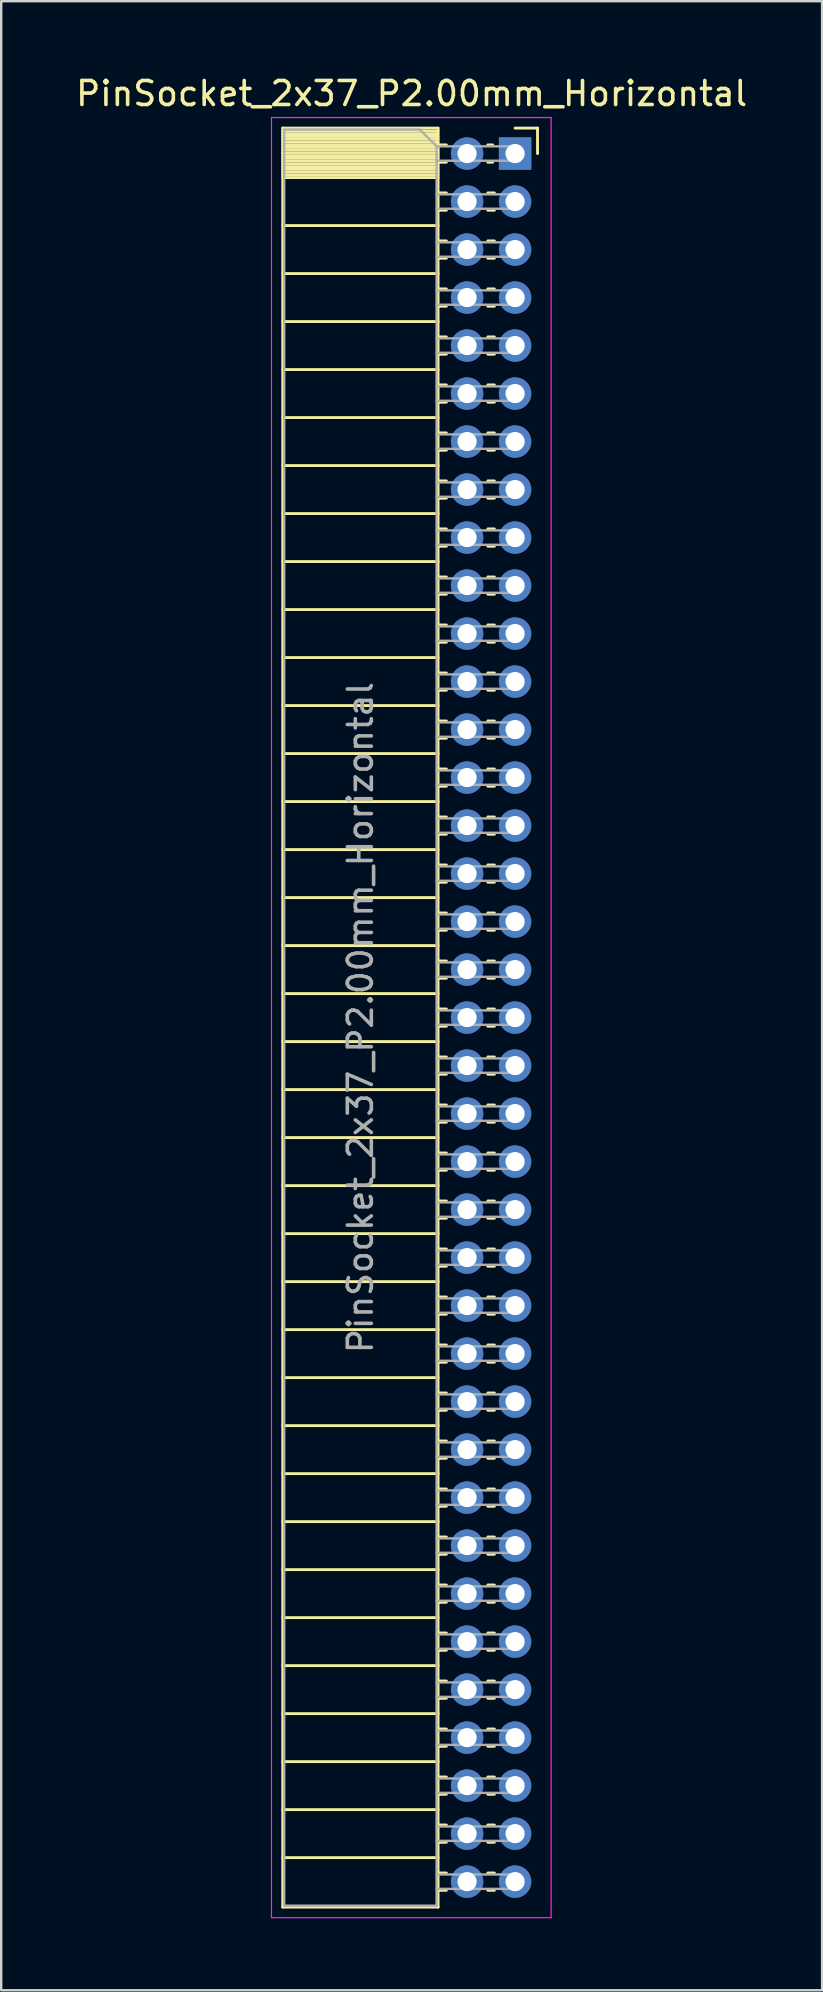
<source format=kicad_pcb>
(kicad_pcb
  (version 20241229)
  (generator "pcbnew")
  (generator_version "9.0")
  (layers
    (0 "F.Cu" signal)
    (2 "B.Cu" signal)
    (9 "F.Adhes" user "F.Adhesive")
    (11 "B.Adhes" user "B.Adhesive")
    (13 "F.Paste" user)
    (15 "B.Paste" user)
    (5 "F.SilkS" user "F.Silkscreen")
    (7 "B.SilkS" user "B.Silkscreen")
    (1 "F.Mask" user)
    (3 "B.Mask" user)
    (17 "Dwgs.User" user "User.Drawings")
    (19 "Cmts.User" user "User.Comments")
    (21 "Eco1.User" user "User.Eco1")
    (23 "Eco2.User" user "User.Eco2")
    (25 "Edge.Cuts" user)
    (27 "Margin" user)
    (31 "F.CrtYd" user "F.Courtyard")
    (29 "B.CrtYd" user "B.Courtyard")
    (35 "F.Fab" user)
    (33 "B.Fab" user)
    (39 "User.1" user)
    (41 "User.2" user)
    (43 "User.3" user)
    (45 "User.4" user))
  (footprint "PinSocket_2x37_P2.00mm_Horizontal"
    (layer "F.Cu")
    (at 18.411 3.348)
    (property "Reference" "PinSocket_2x37_P2.00mm_Horizontal" (at -4.31 -2.5 0) (layer "F.SilkS") (effects (font (size 1 1) (thickness 0.15))))
    (attr through_hole)
    (fp_line (start -9.68 -1.06) (end -9.68 73.06) (stroke (width 0.12) (type solid)) (layer "F.SilkS"))
    (fp_line (start -9.68 -1.06) (end -3.21 -1.06) (stroke (width 0.12) (type solid)) (layer "F.SilkS"))
    (fp_line (start -9.68 -0.94) (end -3.21 -0.94) (stroke (width 0.12) (type solid)) (layer "F.SilkS"))
    (fp_line (start -9.68 -0.826) (end -3.21 -0.826) (stroke (width 0.12) (type solid)) (layer "F.SilkS"))
    (fp_line (start -9.68 -0.712) (end -3.21 -0.712) (stroke (width 0.12) (type solid)) (layer "F.SilkS"))
    (fp_line (start -9.68 -0.598) (end -3.21 -0.598) (stroke (width 0.12) (type solid)) (layer "F.SilkS"))
    (fp_line (start -9.68 -0.484) (end -3.21 -0.484) (stroke (width 0.12) (type solid)) (layer "F.SilkS"))
    (fp_line (start -9.68 -0.369) (end -3.21 -0.369) (stroke (width 0.12) (type solid)) (layer "F.SilkS"))
    (fp_line (start -9.68 -0.255) (end -3.21 -0.255) (stroke (width 0.12) (type solid)) (layer "F.SilkS"))
    (fp_line (start -9.68 -0.141) (end -3.21 -0.141) (stroke (width 0.12) (type solid)) (layer "F.SilkS"))
    (fp_line (start -9.68 -0.027) (end -3.21 -0.027) (stroke (width 0.12) (type solid)) (layer "F.SilkS"))
    (fp_line (start -9.68 0.087) (end -3.21 0.087) (stroke (width 0.12) (type solid)) (layer "F.SilkS"))
    (fp_line (start -9.68 0.201) (end -3.21 0.201) (stroke (width 0.12) (type solid)) (layer "F.SilkS"))
    (fp_line (start -9.68 0.315) (end -3.21 0.315) (stroke (width 0.12) (type solid)) (layer "F.SilkS"))
    (fp_line (start -9.68 0.429) (end -3.21 0.429) (stroke (width 0.12) (type solid)) (layer "F.SilkS"))
    (fp_line (start -9.68 0.544) (end -3.21 0.544) (stroke (width 0.12) (type solid)) (layer "F.SilkS"))
    (fp_line (start -9.68 0.658) (end -3.21 0.658) (stroke (width 0.12) (type solid)) (layer "F.SilkS"))
    (fp_line (start -9.68 0.772) (end -3.21 0.772) (stroke (width 0.12) (type solid)) (layer "F.SilkS"))
    (fp_line (start -9.68 0.886) (end -3.21 0.886) (stroke (width 0.12) (type solid)) (layer "F.SilkS"))
    (fp_line (start -9.68 1) (end -3.21 1) (stroke (width 0.12) (type solid)) (layer "F.SilkS"))
    (fp_line (start -9.68 3) (end -3.21 3) (stroke (width 0.12) (type solid)) (layer "F.SilkS"))
    (fp_line (start -9.68 5) (end -3.21 5) (stroke (width 0.12) (type solid)) (layer "F.SilkS"))
    (fp_line (start -9.68 7) (end -3.21 7) (stroke (width 0.12) (type solid)) (layer "F.SilkS"))
    (fp_line (start -9.68 9) (end -3.21 9) (stroke (width 0.12) (type solid)) (layer "F.SilkS"))
    (fp_line (start -9.68 11) (end -3.21 11) (stroke (width 0.12) (type solid)) (layer "F.SilkS"))
    (fp_line (start -9.68 13) (end -3.21 13) (stroke (width 0.12) (type solid)) (layer "F.SilkS"))
    (fp_line (start -9.68 15) (end -3.21 15) (stroke (width 0.12) (type solid)) (layer "F.SilkS"))
    (fp_line (start -9.68 17) (end -3.21 17) (stroke (width 0.12) (type solid)) (layer "F.SilkS"))
    (fp_line (start -9.68 19) (end -3.21 19) (stroke (width 0.12) (type solid)) (layer "F.SilkS"))
    (fp_line (start -9.68 21) (end -3.21 21) (stroke (width 0.12) (type solid)) (layer "F.SilkS"))
    (fp_line (start -9.68 23) (end -3.21 23) (stroke (width 0.12) (type solid)) (layer "F.SilkS"))
    (fp_line (start -9.68 25) (end -3.21 25) (stroke (width 0.12) (type solid)) (layer "F.SilkS"))
    (fp_line (start -9.68 27) (end -3.21 27) (stroke (width 0.12) (type solid)) (layer "F.SilkS"))
    (fp_line (start -9.68 29) (end -3.21 29) (stroke (width 0.12) (type solid)) (layer "F.SilkS"))
    (fp_line (start -9.68 31) (end -3.21 31) (stroke (width 0.12) (type solid)) (layer "F.SilkS"))
    (fp_line (start -9.68 33) (end -3.21 33) (stroke (width 0.12) (type solid)) (layer "F.SilkS"))
    (fp_line (start -9.68 35) (end -3.21 35) (stroke (width 0.12) (type solid)) (layer "F.SilkS"))
    (fp_line (start -9.68 37) (end -3.21 37) (stroke (width 0.12) (type solid)) (layer "F.SilkS"))
    (fp_line (start -9.68 39) (end -3.21 39) (stroke (width 0.12) (type solid)) (layer "F.SilkS"))
    (fp_line (start -9.68 41) (end -3.21 41) (stroke (width 0.12) (type solid)) (layer "F.SilkS"))
    (fp_line (start -9.68 43) (end -3.21 43) (stroke (width 0.12) (type solid)) (layer "F.SilkS"))
    (fp_line (start -9.68 45) (end -3.21 45) (stroke (width 0.12) (type solid)) (layer "F.SilkS"))
    (fp_line (start -9.68 47) (end -3.21 47) (stroke (width 0.12) (type solid)) (layer "F.SilkS"))
    (fp_line (start -9.68 49) (end -3.21 49) (stroke (width 0.12) (type solid)) (layer "F.SilkS"))
    (fp_line (start -9.68 51) (end -3.21 51) (stroke (width 0.12) (type solid)) (layer "F.SilkS"))
    (fp_line (start -9.68 53) (end -3.21 53) (stroke (width 0.12) (type solid)) (layer "F.SilkS"))
    (fp_line (start -9.68 55) (end -3.21 55) (stroke (width 0.12) (type solid)) (layer "F.SilkS"))
    (fp_line (start -9.68 57) (end -3.21 57) (stroke (width 0.12) (type solid)) (layer "F.SilkS"))
    (fp_line (start -9.68 59) (end -3.21 59) (stroke (width 0.12) (type solid)) (layer "F.SilkS"))
    (fp_line (start -9.68 61) (end -3.21 61) (stroke (width 0.12) (type solid)) (layer "F.SilkS"))
    (fp_line (start -9.68 63) (end -3.21 63) (stroke (width 0.12) (type solid)) (layer "F.SilkS"))
    (fp_line (start -9.68 65) (end -3.21 65) (stroke (width 0.12) (type solid)) (layer "F.SilkS"))
    (fp_line (start -9.68 67) (end -3.21 67) (stroke (width 0.12) (type solid)) (layer "F.SilkS"))
    (fp_line (start -9.68 69) (end -3.21 69) (stroke (width 0.12) (type solid)) (layer "F.SilkS"))
    (fp_line (start -9.68 71) (end -3.21 71) (stroke (width 0.12) (type solid)) (layer "F.SilkS"))
    (fp_line (start -9.68 73.06) (end -3.21 73.06) (stroke (width 0.12) (type solid)) (layer "F.SilkS"))
    (fp_line (start -3.21 -1.06) (end -3.21 73.06) (stroke (width 0.12) (type solid)) (layer "F.SilkS"))
    (fp_line (start -3.21 -0.36) (end -2.863 -0.36) (stroke (width 0.12) (type solid)) (layer "F.SilkS"))
    (fp_line (start -3.21 0.36) (end -2.863 0.36) (stroke (width 0.12) (type solid)) (layer "F.SilkS"))
    (fp_line (start -3.21 1.64) (end -2.863 1.64) (stroke (width 0.12) (type solid)) (layer "F.SilkS"))
    (fp_line (start -3.21 2.36) (end -2.863 2.36) (stroke (width 0.12) (type solid)) (layer "F.SilkS"))
    (fp_line (start -3.21 3.64) (end -2.863 3.64) (stroke (width 0.12) (type solid)) (layer "F.SilkS"))
    (fp_line (start -3.21 4.36) (end -2.863 4.36) (stroke (width 0.12) (type solid)) (layer "F.SilkS"))
    (fp_line (start -3.21 5.64) (end -2.863 5.64) (stroke (width 0.12) (type solid)) (layer "F.SilkS"))
    (fp_line (start -3.21 6.36) (end -2.863 6.36) (stroke (width 0.12) (type solid)) (layer "F.SilkS"))
    (fp_line (start -3.21 7.64) (end -2.863 7.64) (stroke (width 0.12) (type solid)) (layer "F.SilkS"))
    (fp_line (start -3.21 8.36) (end -2.863 8.36) (stroke (width 0.12) (type solid)) (layer "F.SilkS"))
    (fp_line (start -3.21 9.64) (end -2.863 9.64) (stroke (width 0.12) (type solid)) (layer "F.SilkS"))
    (fp_line (start -3.21 10.36) (end -2.863 10.36) (stroke (width 0.12) (type solid)) (layer "F.SilkS"))
    (fp_line (start -3.21 11.64) (end -2.863 11.64) (stroke (width 0.12) (type solid)) (layer "F.SilkS"))
    (fp_line (start -3.21 12.36) (end -2.863 12.36) (stroke (width 0.12) (type solid)) (layer "F.SilkS"))
    (fp_line (start -3.21 13.64) (end -2.863 13.64) (stroke (width 0.12) (type solid)) (layer "F.SilkS"))
    (fp_line (start -3.21 14.36) (end -2.863 14.36) (stroke (width 0.12) (type solid)) (layer "F.SilkS"))
    (fp_line (start -3.21 15.64) (end -2.863 15.64) (stroke (width 0.12) (type solid)) (layer "F.SilkS"))
    (fp_line (start -3.21 16.36) (end -2.863 16.36) (stroke (width 0.12) (type solid)) (layer "F.SilkS"))
    (fp_line (start -3.21 17.64) (end -2.863 17.64) (stroke (width 0.12) (type solid)) (layer "F.SilkS"))
    (fp_line (start -3.21 18.36) (end -2.863 18.36) (stroke (width 0.12) (type solid)) (layer "F.SilkS"))
    (fp_line (start -3.21 19.64) (end -2.863 19.64) (stroke (width 0.12) (type solid)) (layer "F.SilkS"))
    (fp_line (start -3.21 20.36) (end -2.863 20.36) (stroke (width 0.12) (type solid)) (layer "F.SilkS"))
    (fp_line (start -3.21 21.64) (end -2.863 21.64) (stroke (width 0.12) (type solid)) (layer "F.SilkS"))
    (fp_line (start -3.21 22.36) (end -2.863 22.36) (stroke (width 0.12) (type solid)) (layer "F.SilkS"))
    (fp_line (start -3.21 23.64) (end -2.863 23.64) (stroke (width 0.12) (type solid)) (layer "F.SilkS"))
    (fp_line (start -3.21 24.36) (end -2.863 24.36) (stroke (width 0.12) (type solid)) (layer "F.SilkS"))
    (fp_line (start -3.21 25.64) (end -2.863 25.64) (stroke (width 0.12) (type solid)) (layer "F.SilkS"))
    (fp_line (start -3.21 26.36) (end -2.863 26.36) (stroke (width 0.12) (type solid)) (layer "F.SilkS"))
    (fp_line (start -3.21 27.64) (end -2.863 27.64) (stroke (width 0.12) (type solid)) (layer "F.SilkS"))
    (fp_line (start -3.21 28.36) (end -2.863 28.36) (stroke (width 0.12) (type solid)) (layer "F.SilkS"))
    (fp_line (start -3.21 29.64) (end -2.863 29.64) (stroke (width 0.12) (type solid)) (layer "F.SilkS"))
    (fp_line (start -3.21 30.36) (end -2.863 30.36) (stroke (width 0.12) (type solid)) (layer "F.SilkS"))
    (fp_line (start -3.21 31.64) (end -2.863 31.64) (stroke (width 0.12) (type solid)) (layer "F.SilkS"))
    (fp_line (start -3.21 32.36) (end -2.863 32.36) (stroke (width 0.12) (type solid)) (layer "F.SilkS"))
    (fp_line (start -3.21 33.64) (end -2.863 33.64) (stroke (width 0.12) (type solid)) (layer "F.SilkS"))
    (fp_line (start -3.21 34.36) (end -2.863 34.36) (stroke (width 0.12) (type solid)) (layer "F.SilkS"))
    (fp_line (start -3.21 35.64) (end -2.863 35.64) (stroke (width 0.12) (type solid)) (layer "F.SilkS"))
    (fp_line (start -3.21 36.36) (end -2.863 36.36) (stroke (width 0.12) (type solid)) (layer "F.SilkS"))
    (fp_line (start -3.21 37.64) (end -2.863 37.64) (stroke (width 0.12) (type solid)) (layer "F.SilkS"))
    (fp_line (start -3.21 38.36) (end -2.863 38.36) (stroke (width 0.12) (type solid)) (layer "F.SilkS"))
    (fp_line (start -3.21 39.64) (end -2.863 39.64) (stroke (width 0.12) (type solid)) (layer "F.SilkS"))
    (fp_line (start -3.21 40.36) (end -2.863 40.36) (stroke (width 0.12) (type solid)) (layer "F.SilkS"))
    (fp_line (start -3.21 41.64) (end -2.863 41.64) (stroke (width 0.12) (type solid)) (layer "F.SilkS"))
    (fp_line (start -3.21 42.36) (end -2.863 42.36) (stroke (width 0.12) (type solid)) (layer "F.SilkS"))
    (fp_line (start -3.21 43.64) (end -2.863 43.64) (stroke (width 0.12) (type solid)) (layer "F.SilkS"))
    (fp_line (start -3.21 44.36) (end -2.863 44.36) (stroke (width 0.12) (type solid)) (layer "F.SilkS"))
    (fp_line (start -3.21 45.64) (end -2.863 45.64) (stroke (width 0.12) (type solid)) (layer "F.SilkS"))
    (fp_line (start -3.21 46.36) (end -2.863 46.36) (stroke (width 0.12) (type solid)) (layer "F.SilkS"))
    (fp_line (start -3.21 47.64) (end -2.863 47.64) (stroke (width 0.12) (type solid)) (layer "F.SilkS"))
    (fp_line (start -3.21 48.36) (end -2.863 48.36) (stroke (width 0.12) (type solid)) (layer "F.SilkS"))
    (fp_line (start -3.21 49.64) (end -2.863 49.64) (stroke (width 0.12) (type solid)) (layer "F.SilkS"))
    (fp_line (start -3.21 50.36) (end -2.863 50.36) (stroke (width 0.12) (type solid)) (layer "F.SilkS"))
    (fp_line (start -3.21 51.64) (end -2.863 51.64) (stroke (width 0.12) (type solid)) (layer "F.SilkS"))
    (fp_line (start -3.21 52.36) (end -2.863 52.36) (stroke (width 0.12) (type solid)) (layer "F.SilkS"))
    (fp_line (start -3.21 53.64) (end -2.863 53.64) (stroke (width 0.12) (type solid)) (layer "F.SilkS"))
    (fp_line (start -3.21 54.36) (end -2.863 54.36) (stroke (width 0.12) (type solid)) (layer "F.SilkS"))
    (fp_line (start -3.21 55.64) (end -2.863 55.64) (stroke (width 0.12) (type solid)) (layer "F.SilkS"))
    (fp_line (start -3.21 56.36) (end -2.863 56.36) (stroke (width 0.12) (type solid)) (layer "F.SilkS"))
    (fp_line (start -3.21 57.64) (end -2.863 57.64) (stroke (width 0.12) (type solid)) (layer "F.SilkS"))
    (fp_line (start -3.21 58.36) (end -2.863 58.36) (stroke (width 0.12) (type solid)) (layer "F.SilkS"))
    (fp_line (start -3.21 59.64) (end -2.863 59.64) (stroke (width 0.12) (type solid)) (layer "F.SilkS"))
    (fp_line (start -3.21 60.36) (end -2.863 60.36) (stroke (width 0.12) (type solid)) (layer "F.SilkS"))
    (fp_line (start -3.21 61.64) (end -2.863 61.64) (stroke (width 0.12) (type solid)) (layer "F.SilkS"))
    (fp_line (start -3.21 62.36) (end -2.863 62.36) (stroke (width 0.12) (type solid)) (layer "F.SilkS"))
    (fp_line (start -3.21 63.64) (end -2.863 63.64) (stroke (width 0.12) (type solid)) (layer "F.SilkS"))
    (fp_line (start -3.21 64.36) (end -2.863 64.36) (stroke (width 0.12) (type solid)) (layer "F.SilkS"))
    (fp_line (start -3.21 65.64) (end -2.863 65.64) (stroke (width 0.12) (type solid)) (layer "F.SilkS"))
    (fp_line (start -3.21 66.36) (end -2.863 66.36) (stroke (width 0.12) (type solid)) (layer "F.SilkS"))
    (fp_line (start -3.21 67.64) (end -2.863 67.64) (stroke (width 0.12) (type solid)) (layer "F.SilkS"))
    (fp_line (start -3.21 68.36) (end -2.863 68.36) (stroke (width 0.12) (type solid)) (layer "F.SilkS"))
    (fp_line (start -3.21 69.64) (end -2.863 69.64) (stroke (width 0.12) (type solid)) (layer "F.SilkS"))
    (fp_line (start -3.21 70.36) (end -2.863 70.36) (stroke (width 0.12) (type solid)) (layer "F.SilkS"))
    (fp_line (start -3.21 71.64) (end -2.863 71.64) (stroke (width 0.12) (type solid)) (layer "F.SilkS"))
    (fp_line (start -3.21 72.36) (end -2.863 72.36) (stroke (width 0.12) (type solid)) (layer "F.SilkS"))
    (fp_line (start -1.137 -0.36) (end -0.935 -0.36) (stroke (width 0.12) (type solid)) (layer "F.SilkS"))
    (fp_line (start -1.137 0.36) (end -0.935 0.36) (stroke (width 0.12) (type solid)) (layer "F.SilkS"))
    (fp_line (start -1.137 1.64) (end -0.863 1.64) (stroke (width 0.12) (type solid)) (layer "F.SilkS"))
    (fp_line (start -1.137 2.36) (end -0.863 2.36) (stroke (width 0.12) (type solid)) (layer "F.SilkS"))
    (fp_line (start -1.137 3.64) (end -0.863 3.64) (stroke (width 0.12) (type solid)) (layer "F.SilkS"))
    (fp_line (start -1.137 4.36) (end -0.863 4.36) (stroke (width 0.12) (type solid)) (layer "F.SilkS"))
    (fp_line (start -1.137 5.64) (end -0.863 5.64) (stroke (width 0.12) (type solid)) (layer "F.SilkS"))
    (fp_line (start -1.137 6.36) (end -0.863 6.36) (stroke (width 0.12) (type solid)) (layer "F.SilkS"))
    (fp_line (start -1.137 7.64) (end -0.863 7.64) (stroke (width 0.12) (type solid)) (layer "F.SilkS"))
    (fp_line (start -1.137 8.36) (end -0.863 8.36) (stroke (width 0.12) (type solid)) (layer "F.SilkS"))
    (fp_line (start -1.137 9.64) (end -0.863 9.64) (stroke (width 0.12) (type solid)) (layer "F.SilkS"))
    (fp_line (start -1.137 10.36) (end -0.863 10.36) (stroke (width 0.12) (type solid)) (layer "F.SilkS"))
    (fp_line (start -1.137 11.64) (end -0.863 11.64) (stroke (width 0.12) (type solid)) (layer "F.SilkS"))
    (fp_line (start -1.137 12.36) (end -0.863 12.36) (stroke (width 0.12) (type solid)) (layer "F.SilkS"))
    (fp_line (start -1.137 13.64) (end -0.863 13.64) (stroke (width 0.12) (type solid)) (layer "F.SilkS"))
    (fp_line (start -1.137 14.36) (end -0.863 14.36) (stroke (width 0.12) (type solid)) (layer "F.SilkS"))
    (fp_line (start -1.137 15.64) (end -0.863 15.64) (stroke (width 0.12) (type solid)) (layer "F.SilkS"))
    (fp_line (start -1.137 16.36) (end -0.863 16.36) (stroke (width 0.12) (type solid)) (layer "F.SilkS"))
    (fp_line (start -1.137 17.64) (end -0.863 17.64) (stroke (width 0.12) (type solid)) (layer "F.SilkS"))
    (fp_line (start -1.137 18.36) (end -0.863 18.36) (stroke (width 0.12) (type solid)) (layer "F.SilkS"))
    (fp_line (start -1.137 19.64) (end -0.863 19.64) (stroke (width 0.12) (type solid)) (layer "F.SilkS"))
    (fp_line (start -1.137 20.36) (end -0.863 20.36) (stroke (width 0.12) (type solid)) (layer "F.SilkS"))
    (fp_line (start -1.137 21.64) (end -0.863 21.64) (stroke (width 0.12) (type solid)) (layer "F.SilkS"))
    (fp_line (start -1.137 22.36) (end -0.863 22.36) (stroke (width 0.12) (type solid)) (layer "F.SilkS"))
    (fp_line (start -1.137 23.64) (end -0.863 23.64) (stroke (width 0.12) (type solid)) (layer "F.SilkS"))
    (fp_line (start -1.137 24.36) (end -0.863 24.36) (stroke (width 0.12) (type solid)) (layer "F.SilkS"))
    (fp_line (start -1.137 25.64) (end -0.863 25.64) (stroke (width 0.12) (type solid)) (layer "F.SilkS"))
    (fp_line (start -1.137 26.36) (end -0.863 26.36) (stroke (width 0.12) (type solid)) (layer "F.SilkS"))
    (fp_line (start -1.137 27.64) (end -0.863 27.64) (stroke (width 0.12) (type solid)) (layer "F.SilkS"))
    (fp_line (start -1.137 28.36) (end -0.863 28.36) (stroke (width 0.12) (type solid)) (layer "F.SilkS"))
    (fp_line (start -1.137 29.64) (end -0.863 29.64) (stroke (width 0.12) (type solid)) (layer "F.SilkS"))
    (fp_line (start -1.137 30.36) (end -0.863 30.36) (stroke (width 0.12) (type solid)) (layer "F.SilkS"))
    (fp_line (start -1.137 31.64) (end -0.863 31.64) (stroke (width 0.12) (type solid)) (layer "F.SilkS"))
    (fp_line (start -1.137 32.36) (end -0.863 32.36) (stroke (width 0.12) (type solid)) (layer "F.SilkS"))
    (fp_line (start -1.137 33.64) (end -0.863 33.64) (stroke (width 0.12) (type solid)) (layer "F.SilkS"))
    (fp_line (start -1.137 34.36) (end -0.863 34.36) (stroke (width 0.12) (type solid)) (layer "F.SilkS"))
    (fp_line (start -1.137 35.64) (end -0.863 35.64) (stroke (width 0.12) (type solid)) (layer "F.SilkS"))
    (fp_line (start -1.137 36.36) (end -0.863 36.36) (stroke (width 0.12) (type solid)) (layer "F.SilkS"))
    (fp_line (start -1.137 37.64) (end -0.863 37.64) (stroke (width 0.12) (type solid)) (layer "F.SilkS"))
    (fp_line (start -1.137 38.36) (end -0.863 38.36) (stroke (width 0.12) (type solid)) (layer "F.SilkS"))
    (fp_line (start -1.137 39.64) (end -0.863 39.64) (stroke (width 0.12) (type solid)) (layer "F.SilkS"))
    (fp_line (start -1.137 40.36) (end -0.863 40.36) (stroke (width 0.12) (type solid)) (layer "F.SilkS"))
    (fp_line (start -1.137 41.64) (end -0.863 41.64) (stroke (width 0.12) (type solid)) (layer "F.SilkS"))
    (fp_line (start -1.137 42.36) (end -0.863 42.36) (stroke (width 0.12) (type solid)) (layer "F.SilkS"))
    (fp_line (start -1.137 43.64) (end -0.863 43.64) (stroke (width 0.12) (type solid)) (layer "F.SilkS"))
    (fp_line (start -1.137 44.36) (end -0.863 44.36) (stroke (width 0.12) (type solid)) (layer "F.SilkS"))
    (fp_line (start -1.137 45.64) (end -0.863 45.64) (stroke (width 0.12) (type solid)) (layer "F.SilkS"))
    (fp_line (start -1.137 46.36) (end -0.863 46.36) (stroke (width 0.12) (type solid)) (layer "F.SilkS"))
    (fp_line (start -1.137 47.64) (end -0.863 47.64) (stroke (width 0.12) (type solid)) (layer "F.SilkS"))
    (fp_line (start -1.137 48.36) (end -0.863 48.36) (stroke (width 0.12) (type solid)) (layer "F.SilkS"))
    (fp_line (start -1.137 49.64) (end -0.863 49.64) (stroke (width 0.12) (type solid)) (layer "F.SilkS"))
    (fp_line (start -1.137 50.36) (end -0.863 50.36) (stroke (width 0.12) (type solid)) (layer "F.SilkS"))
    (fp_line (start -1.137 51.64) (end -0.863 51.64) (stroke (width 0.12) (type solid)) (layer "F.SilkS"))
    (fp_line (start -1.137 52.36) (end -0.863 52.36) (stroke (width 0.12) (type solid)) (layer "F.SilkS"))
    (fp_line (start -1.137 53.64) (end -0.863 53.64) (stroke (width 0.12) (type solid)) (layer "F.SilkS"))
    (fp_line (start -1.137 54.36) (end -0.863 54.36) (stroke (width 0.12) (type solid)) (layer "F.SilkS"))
    (fp_line (start -1.137 55.64) (end -0.863 55.64) (stroke (width 0.12) (type solid)) (layer "F.SilkS"))
    (fp_line (start -1.137 56.36) (end -0.863 56.36) (stroke (width 0.12) (type solid)) (layer "F.SilkS"))
    (fp_line (start -1.137 57.64) (end -0.863 57.64) (stroke (width 0.12) (type solid)) (layer "F.SilkS"))
    (fp_line (start -1.137 58.36) (end -0.863 58.36) (stroke (width 0.12) (type solid)) (layer "F.SilkS"))
    (fp_line (start -1.137 59.64) (end -0.863 59.64) (stroke (width 0.12) (type solid)) (layer "F.SilkS"))
    (fp_line (start -1.137 60.36) (end -0.863 60.36) (stroke (width 0.12) (type solid)) (layer "F.SilkS"))
    (fp_line (start -1.137 61.64) (end -0.863 61.64) (stroke (width 0.12) (type solid)) (layer "F.SilkS"))
    (fp_line (start -1.137 62.36) (end -0.863 62.36) (stroke (width 0.12) (type solid)) (layer "F.SilkS"))
    (fp_line (start -1.137 63.64) (end -0.863 63.64) (stroke (width 0.12) (type solid)) (layer "F.SilkS"))
    (fp_line (start -1.137 64.36) (end -0.863 64.36) (stroke (width 0.12) (type solid)) (layer "F.SilkS"))
    (fp_line (start -1.137 65.64) (end -0.863 65.64) (stroke (width 0.12) (type solid)) (layer "F.SilkS"))
    (fp_line (start -1.137 66.36) (end -0.863 66.36) (stroke (width 0.12) (type solid)) (layer "F.SilkS"))
    (fp_line (start -1.137 67.64) (end -0.863 67.64) (stroke (width 0.12) (type solid)) (layer "F.SilkS"))
    (fp_line (start -1.137 68.36) (end -0.863 68.36) (stroke (width 0.12) (type solid)) (layer "F.SilkS"))
    (fp_line (start -1.137 69.64) (end -0.863 69.64) (stroke (width 0.12) (type solid)) (layer "F.SilkS"))
    (fp_line (start -1.137 70.36) (end -0.863 70.36) (stroke (width 0.12) (type solid)) (layer "F.SilkS"))
    (fp_line (start -1.137 71.64) (end -0.863 71.64) (stroke (width 0.12) (type solid)) (layer "F.SilkS"))
    (fp_line (start -1.137 72.36) (end -0.863 72.36) (stroke (width 0.12) (type solid)) (layer "F.SilkS"))
    (fp_line (start 0 -1.06) (end 0.935 -1.06) (stroke (width 0.12) (type solid)) (layer "F.SilkS"))
    (fp_line (start 0.935 -1.06) (end 0.935 0) (stroke (width 0.12) (type solid)) (layer "F.SilkS"))
    (fp_line (start -10.15 -1.5) (end -10.15 73.5) (stroke (width 0.05) (type solid)) (layer "F.CrtYd"))
    (fp_line (start -10.15 73.5) (end 1.5 73.5) (stroke (width 0.05) (type solid)) (layer "F.CrtYd"))
    (fp_line (start 1.5 -1.5) (end -10.15 -1.5) (stroke (width 0.05) (type solid)) (layer "F.CrtYd"))
    (fp_line (start 1.5 73.5) (end 1.5 -1.5) (stroke (width 0.05) (type solid)) (layer "F.CrtYd"))
    (fp_line (start -9.62 -1) (end -3.97 -1) (stroke (width 0.1) (type solid)) (layer "F.Fab"))
    (fp_line (start -9.62 73) (end -9.62 -1) (stroke (width 0.1) (type solid)) (layer "F.Fab"))
    (fp_line (start -3.97 -1) (end -3.27 -0.3) (stroke (width 0.1) (type solid)) (layer "F.Fab"))
    (fp_line (start -3.27 -0.3) (end -3.27 73) (stroke (width 0.1) (type solid)) (layer "F.Fab"))
    (fp_line (start -3.27 0.3) (end 0 0.3) (stroke (width 0.1) (type solid)) (layer "F.Fab"))
    (fp_line (start -3.27 2.3) (end 0 2.3) (stroke (width 0.1) (type solid)) (layer "F.Fab"))
    (fp_line (start -3.27 4.3) (end 0 4.3) (stroke (width 0.1) (type solid)) (layer "F.Fab"))
    (fp_line (start -3.27 6.3) (end 0 6.3) (stroke (width 0.1) (type solid)) (layer "F.Fab"))
    (fp_line (start -3.27 8.3) (end 0 8.3) (stroke (width 0.1) (type solid)) (layer "F.Fab"))
    (fp_line (start -3.27 10.3) (end 0 10.3) (stroke (width 0.1) (type solid)) (layer "F.Fab"))
    (fp_line (start -3.27 12.3) (end 0 12.3) (stroke (width 0.1) (type solid)) (layer "F.Fab"))
    (fp_line (start -3.27 14.3) (end 0 14.3) (stroke (width 0.1) (type solid)) (layer "F.Fab"))
    (fp_line (start -3.27 16.3) (end 0 16.3) (stroke (width 0.1) (type solid)) (layer "F.Fab"))
    (fp_line (start -3.27 18.3) (end 0 18.3) (stroke (width 0.1) (type solid)) (layer "F.Fab"))
    (fp_line (start -3.27 20.3) (end 0 20.3) (stroke (width 0.1) (type solid)) (layer "F.Fab"))
    (fp_line (start -3.27 22.3) (end 0 22.3) (stroke (width 0.1) (type solid)) (layer "F.Fab"))
    (fp_line (start -3.27 24.3) (end 0 24.3) (stroke (width 0.1) (type solid)) (layer "F.Fab"))
    (fp_line (start -3.27 26.3) (end 0 26.3) (stroke (width 0.1) (type solid)) (layer "F.Fab"))
    (fp_line (start -3.27 28.3) (end 0 28.3) (stroke (width 0.1) (type solid)) (layer "F.Fab"))
    (fp_line (start -3.27 30.3) (end 0 30.3) (stroke (width 0.1) (type solid)) (layer "F.Fab"))
    (fp_line (start -3.27 32.3) (end 0 32.3) (stroke (width 0.1) (type solid)) (layer "F.Fab"))
    (fp_line (start -3.27 34.3) (end 0 34.3) (stroke (width 0.1) (type solid)) (layer "F.Fab"))
    (fp_line (start -3.27 36.3) (end 0 36.3) (stroke (width 0.1) (type solid)) (layer "F.Fab"))
    (fp_line (start -3.27 38.3) (end 0 38.3) (stroke (width 0.1) (type solid)) (layer "F.Fab"))
    (fp_line (start -3.27 40.3) (end 0 40.3) (stroke (width 0.1) (type solid)) (layer "F.Fab"))
    (fp_line (start -3.27 42.3) (end 0 42.3) (stroke (width 0.1) (type solid)) (layer "F.Fab"))
    (fp_line (start -3.27 44.3) (end 0 44.3) (stroke (width 0.1) (type solid)) (layer "F.Fab"))
    (fp_line (start -3.27 46.3) (end 0 46.3) (stroke (width 0.1) (type solid)) (layer "F.Fab"))
    (fp_line (start -3.27 48.3) (end 0 48.3) (stroke (width 0.1) (type solid)) (layer "F.Fab"))
    (fp_line (start -3.27 50.3) (end 0 50.3) (stroke (width 0.1) (type solid)) (layer "F.Fab"))
    (fp_line (start -3.27 52.3) (end 0 52.3) (stroke (width 0.1) (type solid)) (layer "F.Fab"))
    (fp_line (start -3.27 54.3) (end 0 54.3) (stroke (width 0.1) (type solid)) (layer "F.Fab"))
    (fp_line (start -3.27 56.3) (end 0 56.3) (stroke (width 0.1) (type solid)) (layer "F.Fab"))
    (fp_line (start -3.27 58.3) (end 0 58.3) (stroke (width 0.1) (type solid)) (layer "F.Fab"))
    (fp_line (start -3.27 60.3) (end 0 60.3) (stroke (width 0.1) (type solid)) (layer "F.Fab"))
    (fp_line (start -3.27 62.3) (end 0 62.3) (stroke (width 0.1) (type solid)) (layer "F.Fab"))
    (fp_line (start -3.27 64.3) (end 0 64.3) (stroke (width 0.1) (type solid)) (layer "F.Fab"))
    (fp_line (start -3.27 66.3) (end 0 66.3) (stroke (width 0.1) (type solid)) (layer "F.Fab"))
    (fp_line (start -3.27 68.3) (end 0 68.3) (stroke (width 0.1) (type solid)) (layer "F.Fab"))
    (fp_line (start -3.27 70.3) (end 0 70.3) (stroke (width 0.1) (type solid)) (layer "F.Fab"))
    (fp_line (start -3.27 72.3) (end 0 72.3) (stroke (width 0.1) (type solid)) (layer "F.Fab"))
    (fp_line (start -3.27 73) (end -9.62 73) (stroke (width 0.1) (type solid)) (layer "F.Fab"))
    (fp_line (start 0 -0.3) (end -3.27 -0.3) (stroke (width 0.1) (type solid)) (layer "F.Fab"))
    (fp_line (start 0 0.3) (end 0 -0.3) (stroke (width 0.1) (type solid)) (layer "F.Fab"))
    (fp_line (start 0 1.7) (end -3.27 1.7) (stroke (width 0.1) (type solid)) (layer "F.Fab"))
    (fp_line (start 0 2.3) (end 0 1.7) (stroke (width 0.1) (type solid)) (layer "F.Fab"))
    (fp_line (start 0 3.7) (end -3.27 3.7) (stroke (width 0.1) (type solid)) (layer "F.Fab"))
    (fp_line (start 0 4.3) (end 0 3.7) (stroke (width 0.1) (type solid)) (layer "F.Fab"))
    (fp_line (start 0 5.7) (end -3.27 5.7) (stroke (width 0.1) (type solid)) (layer "F.Fab"))
    (fp_line (start 0 6.3) (end 0 5.7) (stroke (width 0.1) (type solid)) (layer "F.Fab"))
    (fp_line (start 0 7.7) (end -3.27 7.7) (stroke (width 0.1) (type solid)) (layer "F.Fab"))
    (fp_line (start 0 8.3) (end 0 7.7) (stroke (width 0.1) (type solid)) (layer "F.Fab"))
    (fp_line (start 0 9.7) (end -3.27 9.7) (stroke (width 0.1) (type solid)) (layer "F.Fab"))
    (fp_line (start 0 10.3) (end 0 9.7) (stroke (width 0.1) (type solid)) (layer "F.Fab"))
    (fp_line (start 0 11.7) (end -3.27 11.7) (stroke (width 0.1) (type solid)) (layer "F.Fab"))
    (fp_line (start 0 12.3) (end 0 11.7) (stroke (width 0.1) (type solid)) (layer "F.Fab"))
    (fp_line (start 0 13.7) (end -3.27 13.7) (stroke (width 0.1) (type solid)) (layer "F.Fab"))
    (fp_line (start 0 14.3) (end 0 13.7) (stroke (width 0.1) (type solid)) (layer "F.Fab"))
    (fp_line (start 0 15.7) (end -3.27 15.7) (stroke (width 0.1) (type solid)) (layer "F.Fab"))
    (fp_line (start 0 16.3) (end 0 15.7) (stroke (width 0.1) (type solid)) (layer "F.Fab"))
    (fp_line (start 0 17.7) (end -3.27 17.7) (stroke (width 0.1) (type solid)) (layer "F.Fab"))
    (fp_line (start 0 18.3) (end 0 17.7) (stroke (width 0.1) (type solid)) (layer "F.Fab"))
    (fp_line (start 0 19.7) (end -3.27 19.7) (stroke (width 0.1) (type solid)) (layer "F.Fab"))
    (fp_line (start 0 20.3) (end 0 19.7) (stroke (width 0.1) (type solid)) (layer "F.Fab"))
    (fp_line (start 0 21.7) (end -3.27 21.7) (stroke (width 0.1) (type solid)) (layer "F.Fab"))
    (fp_line (start 0 22.3) (end 0 21.7) (stroke (width 0.1) (type solid)) (layer "F.Fab"))
    (fp_line (start 0 23.7) (end -3.27 23.7) (stroke (width 0.1) (type solid)) (layer "F.Fab"))
    (fp_line (start 0 24.3) (end 0 23.7) (stroke (width 0.1) (type solid)) (layer "F.Fab"))
    (fp_line (start 0 25.7) (end -3.27 25.7) (stroke (width 0.1) (type solid)) (layer "F.Fab"))
    (fp_line (start 0 26.3) (end 0 25.7) (stroke (width 0.1) (type solid)) (layer "F.Fab"))
    (fp_line (start 0 27.7) (end -3.27 27.7) (stroke (width 0.1) (type solid)) (layer "F.Fab"))
    (fp_line (start 0 28.3) (end 0 27.7) (stroke (width 0.1) (type solid)) (layer "F.Fab"))
    (fp_line (start 0 29.7) (end -3.27 29.7) (stroke (width 0.1) (type solid)) (layer "F.Fab"))
    (fp_line (start 0 30.3) (end 0 29.7) (stroke (width 0.1) (type solid)) (layer "F.Fab"))
    (fp_line (start 0 31.7) (end -3.27 31.7) (stroke (width 0.1) (type solid)) (layer "F.Fab"))
    (fp_line (start 0 32.3) (end 0 31.7) (stroke (width 0.1) (type solid)) (layer "F.Fab"))
    (fp_line (start 0 33.7) (end -3.27 33.7) (stroke (width 0.1) (type solid)) (layer "F.Fab"))
    (fp_line (start 0 34.3) (end 0 33.7) (stroke (width 0.1) (type solid)) (layer "F.Fab"))
    (fp_line (start 0 35.7) (end -3.27 35.7) (stroke (width 0.1) (type solid)) (layer "F.Fab"))
    (fp_line (start 0 36.3) (end 0 35.7) (stroke (width 0.1) (type solid)) (layer "F.Fab"))
    (fp_line (start 0 37.7) (end -3.27 37.7) (stroke (width 0.1) (type solid)) (layer "F.Fab"))
    (fp_line (start 0 38.3) (end 0 37.7) (stroke (width 0.1) (type solid)) (layer "F.Fab"))
    (fp_line (start 0 39.7) (end -3.27 39.7) (stroke (width 0.1) (type solid)) (layer "F.Fab"))
    (fp_line (start 0 40.3) (end 0 39.7) (stroke (width 0.1) (type solid)) (layer "F.Fab"))
    (fp_line (start 0 41.7) (end -3.27 41.7) (stroke (width 0.1) (type solid)) (layer "F.Fab"))
    (fp_line (start 0 42.3) (end 0 41.7) (stroke (width 0.1) (type solid)) (layer "F.Fab"))
    (fp_line (start 0 43.7) (end -3.27 43.7) (stroke (width 0.1) (type solid)) (layer "F.Fab"))
    (fp_line (start 0 44.3) (end 0 43.7) (stroke (width 0.1) (type solid)) (layer "F.Fab"))
    (fp_line (start 0 45.7) (end -3.27 45.7) (stroke (width 0.1) (type solid)) (layer "F.Fab"))
    (fp_line (start 0 46.3) (end 0 45.7) (stroke (width 0.1) (type solid)) (layer "F.Fab"))
    (fp_line (start 0 47.7) (end -3.27 47.7) (stroke (width 0.1) (type solid)) (layer "F.Fab"))
    (fp_line (start 0 48.3) (end 0 47.7) (stroke (width 0.1) (type solid)) (layer "F.Fab"))
    (fp_line (start 0 49.7) (end -3.27 49.7) (stroke (width 0.1) (type solid)) (layer "F.Fab"))
    (fp_line (start 0 50.3) (end 0 49.7) (stroke (width 0.1) (type solid)) (layer "F.Fab"))
    (fp_line (start 0 51.7) (end -3.27 51.7) (stroke (width 0.1) (type solid)) (layer "F.Fab"))
    (fp_line (start 0 52.3) (end 0 51.7) (stroke (width 0.1) (type solid)) (layer "F.Fab"))
    (fp_line (start 0 53.7) (end -3.27 53.7) (stroke (width 0.1) (type solid)) (layer "F.Fab"))
    (fp_line (start 0 54.3) (end 0 53.7) (stroke (width 0.1) (type solid)) (layer "F.Fab"))
    (fp_line (start 0 55.7) (end -3.27 55.7) (stroke (width 0.1) (type solid)) (layer "F.Fab"))
    (fp_line (start 0 56.3) (end 0 55.7) (stroke (width 0.1) (type solid)) (layer "F.Fab"))
    (fp_line (start 0 57.7) (end -3.27 57.7) (stroke (width 0.1) (type solid)) (layer "F.Fab"))
    (fp_line (start 0 58.3) (end 0 57.7) (stroke (width 0.1) (type solid)) (layer "F.Fab"))
    (fp_line (start 0 59.7) (end -3.27 59.7) (stroke (width 0.1) (type solid)) (layer "F.Fab"))
    (fp_line (start 0 60.3) (end 0 59.7) (stroke (width 0.1) (type solid)) (layer "F.Fab"))
    (fp_line (start 0 61.7) (end -3.27 61.7) (stroke (width 0.1) (type solid)) (layer "F.Fab"))
    (fp_line (start 0 62.3) (end 0 61.7) (stroke (width 0.1) (type solid)) (layer "F.Fab"))
    (fp_line (start 0 63.7) (end -3.27 63.7) (stroke (width 0.1) (type solid)) (layer "F.Fab"))
    (fp_line (start 0 64.3) (end 0 63.7) (stroke (width 0.1) (type solid)) (layer "F.Fab"))
    (fp_line (start 0 65.7) (end -3.27 65.7) (stroke (width 0.1) (type solid)) (layer "F.Fab"))
    (fp_line (start 0 66.3) (end 0 65.7) (stroke (width 0.1) (type solid)) (layer "F.Fab"))
    (fp_line (start 0 67.7) (end -3.27 67.7) (stroke (width 0.1) (type solid)) (layer "F.Fab"))
    (fp_line (start 0 68.3) (end 0 67.7) (stroke (width 0.1) (type solid)) (layer "F.Fab"))
    (fp_line (start 0 69.7) (end -3.27 69.7) (stroke (width 0.1) (type solid)) (layer "F.Fab"))
    (fp_line (start 0 70.3) (end 0 69.7) (stroke (width 0.1) (type solid)) (layer "F.Fab"))
    (fp_line (start 0 71.7) (end -3.27 71.7) (stroke (width 0.1) (type solid)) (layer "F.Fab"))
    (fp_line (start 0 72.3) (end 0 71.7) (stroke (width 0.1) (type solid)) (layer "F.Fab"))
    (fp_text user "${REFERENCE}" (at -6.445 36 90) (layer "F.Fab") (effects (font (size 1 1) (thickness 0.15))))
    (pad "1" thru_hole rect (at 0 0) (size 1.35 1.35) (drill 0.8) (layers "*.Cu" "*.Mask"))
    (pad "2" thru_hole oval (at -2 0) (size 1.35 1.35) (drill 0.8) (layers "*.Cu" "*.Mask"))
    (pad "3" thru_hole oval (at 0 2) (size 1.35 1.35) (drill 0.8) (layers "*.Cu" "*.Mask"))
    (pad "4" thru_hole oval (at -2 2) (size 1.35 1.35) (drill 0.8) (layers "*.Cu" "*.Mask"))
    (pad "5" thru_hole oval (at 0 4) (size 1.35 1.35) (drill 0.8) (layers "*.Cu" "*.Mask"))
    (pad "6" thru_hole oval (at -2 4) (size 1.35 1.35) (drill 0.8) (layers "*.Cu" "*.Mask"))
    (pad "7" thru_hole oval (at 0 6) (size 1.35 1.35) (drill 0.8) (layers "*.Cu" "*.Mask"))
    (pad "8" thru_hole oval (at -2 6) (size 1.35 1.35) (drill 0.8) (layers "*.Cu" "*.Mask"))
    (pad "9" thru_hole oval (at 0 8) (size 1.35 1.35) (drill 0.8) (layers "*.Cu" "*.Mask"))
    (pad "10" thru_hole oval (at -2 8) (size 1.35 1.35) (drill 0.8) (layers "*.Cu" "*.Mask"))
    (pad "11" thru_hole oval (at 0 10) (size 1.35 1.35) (drill 0.8) (layers "*.Cu" "*.Mask"))
    (pad "12" thru_hole oval (at -2 10) (size 1.35 1.35) (drill 0.8) (layers "*.Cu" "*.Mask"))
    (pad "13" thru_hole oval (at 0 12) (size 1.35 1.35) (drill 0.8) (layers "*.Cu" "*.Mask"))
    (pad "14" thru_hole oval (at -2 12) (size 1.35 1.35) (drill 0.8) (layers "*.Cu" "*.Mask"))
    (pad "15" thru_hole oval (at 0 14) (size 1.35 1.35) (drill 0.8) (layers "*.Cu" "*.Mask"))
    (pad "16" thru_hole oval (at -2 14) (size 1.35 1.35) (drill 0.8) (layers "*.Cu" "*.Mask"))
    (pad "17" thru_hole oval (at 0 16) (size 1.35 1.35) (drill 0.8) (layers "*.Cu" "*.Mask"))
    (pad "18" thru_hole oval (at -2 16) (size 1.35 1.35) (drill 0.8) (layers "*.Cu" "*.Mask"))
    (pad "19" thru_hole oval (at 0 18) (size 1.35 1.35) (drill 0.8) (layers "*.Cu" "*.Mask"))
    (pad "20" thru_hole oval (at -2 18) (size 1.35 1.35) (drill 0.8) (layers "*.Cu" "*.Mask"))
    (pad "21" thru_hole oval (at 0 20) (size 1.35 1.35) (drill 0.8) (layers "*.Cu" "*.Mask"))
    (pad "22" thru_hole oval (at -2 20) (size 1.35 1.35) (drill 0.8) (layers "*.Cu" "*.Mask"))
    (pad "23" thru_hole oval (at 0 22) (size 1.35 1.35) (drill 0.8) (layers "*.Cu" "*.Mask"))
    (pad "24" thru_hole oval (at -2 22) (size 1.35 1.35) (drill 0.8) (layers "*.Cu" "*.Mask"))
    (pad "25" thru_hole oval (at 0 24) (size 1.35 1.35) (drill 0.8) (layers "*.Cu" "*.Mask"))
    (pad "26" thru_hole oval (at -2 24) (size 1.35 1.35) (drill 0.8) (layers "*.Cu" "*.Mask"))
    (pad "27" thru_hole oval (at 0 26) (size 1.35 1.35) (drill 0.8) (layers "*.Cu" "*.Mask"))
    (pad "28" thru_hole oval (at -2 26) (size 1.35 1.35) (drill 0.8) (layers "*.Cu" "*.Mask"))
    (pad "29" thru_hole oval (at 0 28) (size 1.35 1.35) (drill 0.8) (layers "*.Cu" "*.Mask"))
    (pad "30" thru_hole oval (at -2 28) (size 1.35 1.35) (drill 0.8) (layers "*.Cu" "*.Mask"))
    (pad "31" thru_hole oval (at 0 30) (size 1.35 1.35) (drill 0.8) (layers "*.Cu" "*.Mask"))
    (pad "32" thru_hole oval (at -2 30) (size 1.35 1.35) (drill 0.8) (layers "*.Cu" "*.Mask"))
    (pad "33" thru_hole oval (at 0 32) (size 1.35 1.35) (drill 0.8) (layers "*.Cu" "*.Mask"))
    (pad "34" thru_hole oval (at -2 32) (size 1.35 1.35) (drill 0.8) (layers "*.Cu" "*.Mask"))
    (pad "35" thru_hole oval (at 0 34) (size 1.35 1.35) (drill 0.8) (layers "*.Cu" "*.Mask"))
    (pad "36" thru_hole oval (at -2 34) (size 1.35 1.35) (drill 0.8) (layers "*.Cu" "*.Mask"))
    (pad "37" thru_hole oval (at 0 36) (size 1.35 1.35) (drill 0.8) (layers "*.Cu" "*.Mask"))
    (pad "38" thru_hole oval (at -2 36) (size 1.35 1.35) (drill 0.8) (layers "*.Cu" "*.Mask"))
    (pad "39" thru_hole oval (at 0 38) (size 1.35 1.35) (drill 0.8) (layers "*.Cu" "*.Mask"))
    (pad "40" thru_hole oval (at -2 38) (size 1.35 1.35) (drill 0.8) (layers "*.Cu" "*.Mask"))
    (pad "41" thru_hole oval (at 0 40) (size 1.35 1.35) (drill 0.8) (layers "*.Cu" "*.Mask"))
    (pad "42" thru_hole oval (at -2 40) (size 1.35 1.35) (drill 0.8) (layers "*.Cu" "*.Mask"))
    (pad "43" thru_hole oval (at 0 42) (size 1.35 1.35) (drill 0.8) (layers "*.Cu" "*.Mask"))
    (pad "44" thru_hole oval (at -2 42) (size 1.35 1.35) (drill 0.8) (layers "*.Cu" "*.Mask"))
    (pad "45" thru_hole oval (at 0 44) (size 1.35 1.35) (drill 0.8) (layers "*.Cu" "*.Mask"))
    (pad "46" thru_hole oval (at -2 44) (size 1.35 1.35) (drill 0.8) (layers "*.Cu" "*.Mask"))
    (pad "47" thru_hole oval (at 0 46) (size 1.35 1.35) (drill 0.8) (layers "*.Cu" "*.Mask"))
    (pad "48" thru_hole oval (at -2 46) (size 1.35 1.35) (drill 0.8) (layers "*.Cu" "*.Mask"))
    (pad "49" thru_hole oval (at 0 48) (size 1.35 1.35) (drill 0.8) (layers "*.Cu" "*.Mask"))
    (pad "50" thru_hole oval (at -2 48) (size 1.35 1.35) (drill 0.8) (layers "*.Cu" "*.Mask"))
    (pad "51" thru_hole oval (at 0 50) (size 1.35 1.35) (drill 0.8) (layers "*.Cu" "*.Mask"))
    (pad "52" thru_hole oval (at -2 50) (size 1.35 1.35) (drill 0.8) (layers "*.Cu" "*.Mask"))
    (pad "53" thru_hole oval (at 0 52) (size 1.35 1.35) (drill 0.8) (layers "*.Cu" "*.Mask"))
    (pad "54" thru_hole oval (at -2 52) (size 1.35 1.35) (drill 0.8) (layers "*.Cu" "*.Mask"))
    (pad "55" thru_hole oval (at 0 54) (size 1.35 1.35) (drill 0.8) (layers "*.Cu" "*.Mask"))
    (pad "56" thru_hole oval (at -2 54) (size 1.35 1.35) (drill 0.8) (layers "*.Cu" "*.Mask"))
    (pad "57" thru_hole oval (at 0 56) (size 1.35 1.35) (drill 0.8) (layers "*.Cu" "*.Mask"))
    (pad "58" thru_hole oval (at -2 56) (size 1.35 1.35) (drill 0.8) (layers "*.Cu" "*.Mask"))
    (pad "59" thru_hole oval (at 0 58) (size 1.35 1.35) (drill 0.8) (layers "*.Cu" "*.Mask"))
    (pad "60" thru_hole oval (at -2 58) (size 1.35 1.35) (drill 0.8) (layers "*.Cu" "*.Mask"))
    (pad "61" thru_hole oval (at 0 60) (size 1.35 1.35) (drill 0.8) (layers "*.Cu" "*.Mask"))
    (pad "62" thru_hole oval (at -2 60) (size 1.35 1.35) (drill 0.8) (layers "*.Cu" "*.Mask"))
    (pad "63" thru_hole oval (at 0 62) (size 1.35 1.35) (drill 0.8) (layers "*.Cu" "*.Mask"))
    (pad "64" thru_hole oval (at -2 62) (size 1.35 1.35) (drill 0.8) (layers "*.Cu" "*.Mask"))
    (pad "65" thru_hole oval (at 0 64) (size 1.35 1.35) (drill 0.8) (layers "*.Cu" "*.Mask"))
    (pad "66" thru_hole oval (at -2 64) (size 1.35 1.35) (drill 0.8) (layers "*.Cu" "*.Mask"))
    (pad "67" thru_hole oval (at 0 66) (size 1.35 1.35) (drill 0.8) (layers "*.Cu" "*.Mask"))
    (pad "68" thru_hole oval (at -2 66) (size 1.35 1.35) (drill 0.8) (layers "*.Cu" "*.Mask"))
    (pad "69" thru_hole oval (at 0 68) (size 1.35 1.35) (drill 0.8) (layers "*.Cu" "*.Mask"))
    (pad "70" thru_hole oval (at -2 68) (size 1.35 1.35) (drill 0.8) (layers "*.Cu" "*.Mask"))
    (pad "71" thru_hole oval (at 0 70) (size 1.35 1.35) (drill 0.8) (layers "*.Cu" "*.Mask"))
    (pad "72" thru_hole oval (at -2 70) (size 1.35 1.35) (drill 0.8) (layers "*.Cu" "*.Mask"))
    (pad "73" thru_hole oval (at 0 72) (size 1.35 1.35) (drill 0.8) (layers "*.Cu" "*.Mask"))
    (pad "74" thru_hole oval (at -2 72) (size 1.35 1.35) (drill 0.8) (layers "*.Cu" "*.Mask")))
  (gr_rect
    (start -3 -3)
    (end 31.202 79.873)
    (stroke (width 0.1) (type default))
    (fill no)
    (layer "Edge.Cuts")))
</source>
